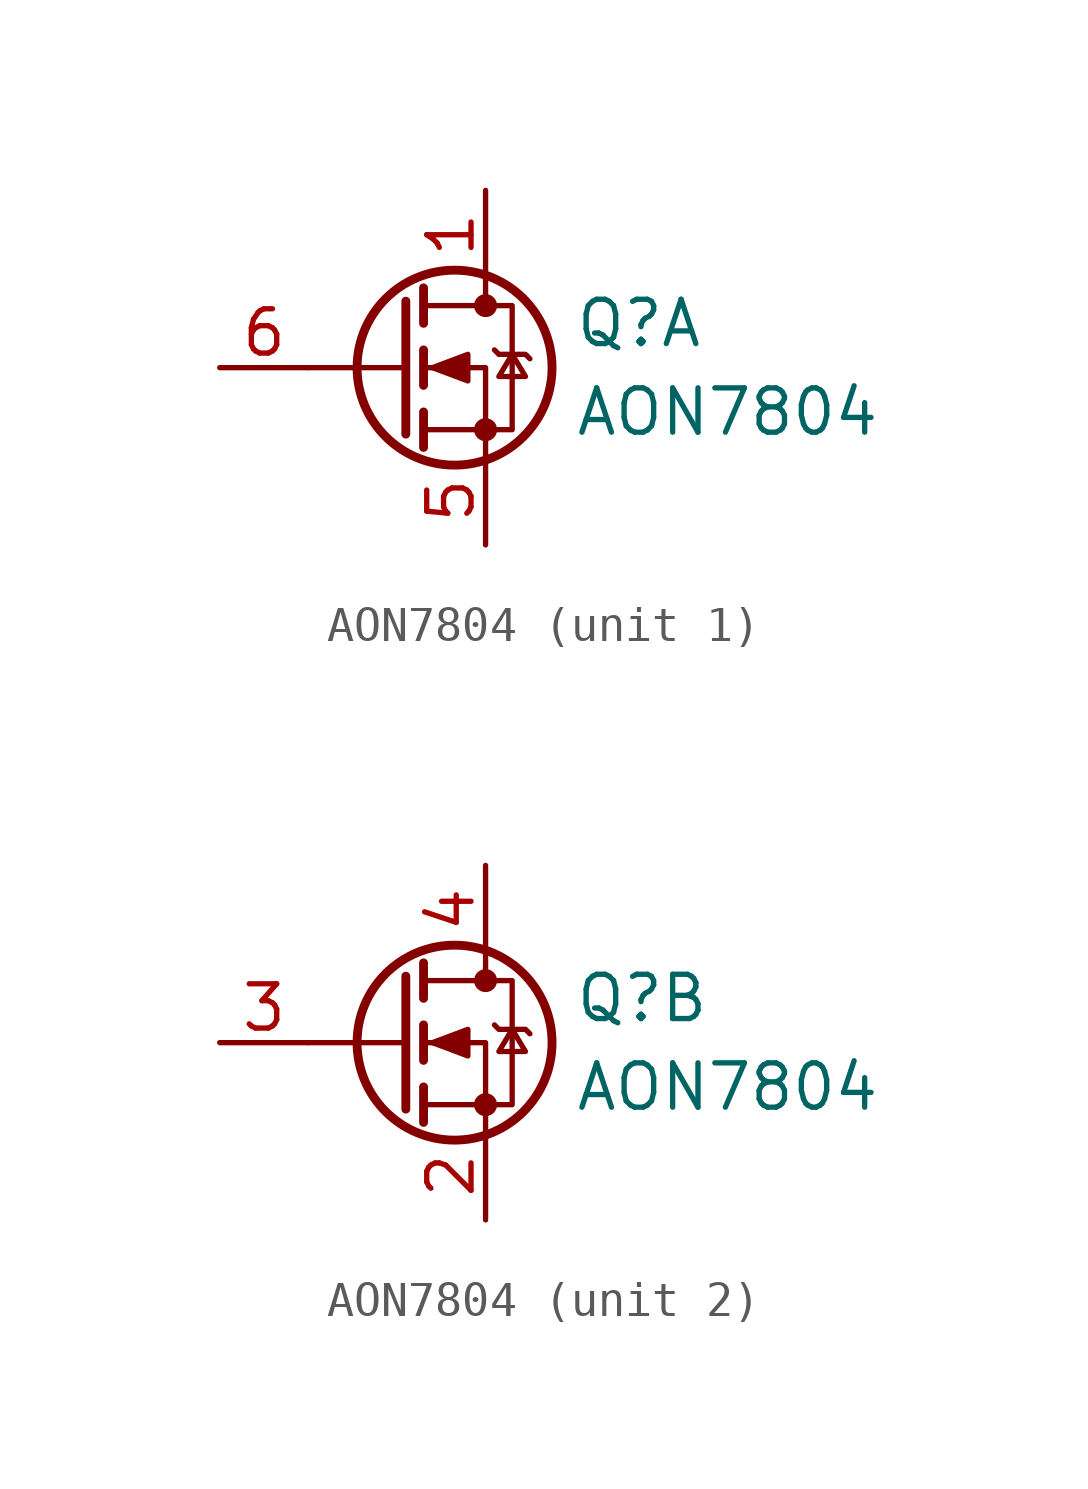
<source format=kicad_sym>
(kicad_symbol_lib
  (version 20231120)
  (generator "kicad_symbol_editor")
  (generator_version "8.0")
  (symbol "AON7804"
    (pin_names
      (offset 0) hide)
    (property "Reference" "Q"
      (at 5.08 1.27 0)
      (effects (font (size 1.27 1.27)) (justify left)))
    (property "Value" "AON7804"
      (at 5.08 -1.27 0)
      (effects (font (size 1.27 1.27)) (justify left)))
    (symbol "AON7804_0_1"
      (polyline (pts (xy 0.254 0) (xy -2.54 0)) (stroke (width 0) (type default)) (fill (type none)))
      (polyline (pts (xy 0.254 1.905) (xy 0.254 -1.905)) (stroke (width 0.254) (type default)) (fill (type none)))
      (polyline (pts (xy 0.762 -1.27) (xy 0.762 -2.286)) (stroke (width 0.254) (type default)) (fill (type none)))
      (polyline (pts (xy 0.762 0.508) (xy 0.762 -0.508)) (stroke (width 0.254) (type default)) (fill (type none)))
      (polyline (pts (xy 0.762 2.286) (xy 0.762 1.27)) (stroke (width 0.254) (type default)) (fill (type none)))
      (polyline (pts (xy 2.54 2.54) (xy 2.54 1.778)) (stroke (width 0) (type default)) (fill (type none)))
      (polyline (pts (xy 2.54 -2.54) (xy 2.54 0) (xy 0.762 0)) (stroke (width 0) (type default)) (fill (type none)))
      (polyline (pts (xy 0.762 -1.778) (xy 3.302 -1.778) (xy 3.302 1.778) (xy 0.762 1.778)) (stroke (width 0) (type default)) (fill (type none)))
      (polyline (pts (xy 1.016 0) (xy 2.032 0.381) (xy 2.032 -0.381) (xy 1.016 0)) (stroke (width 0) (type default)) (fill (type outline)))
      (polyline (pts (xy 2.794 0.508) (xy 2.921 0.381) (xy 3.683 0.381) (xy 3.81 0.254)) (stroke (width 0) (type default)) (fill (type none)))
      (polyline (pts (xy 3.302 0.381) (xy 2.921 -0.254) (xy 3.683 -0.254) (xy 3.302 0.381)) (stroke (width 0) (type default)) (fill (type none)))
      (circle (center 1.651 0) (radius 2.794) (stroke (width 0.254) (type default)) (fill (type none)))
      (circle (center 2.54 -1.778) (radius 0.254) (stroke (width 0) (type default)) (fill (type outline)))
      (circle (center 2.54 1.778) (radius 0.254) (stroke (width 0) (type default)) (fill (type outline))))
    (symbol "AON7804_1_1"
      (pin passive line (at 2.54 5.08 270) (length 2.54) (name "D" (effects (font (size 1.27 1.27)))) (number "1" (effects (font (size 1.27 1.27)))))
      (pin passive line (at 2.54 -5.08 90) (length 2.54) (name "S" (effects (font (size 1.27 1.27)))) (number "5" (effects (font (size 1.27 1.27)))))
      (pin input line (at -5.08 0 0) (length 2.54) (name "G" (effects (font (size 1.27 1.27)))) (number "6" (effects (font (size 1.27 1.27))))))
    (symbol "AON7804_2_1"
      (pin passive line (at 2.54 -5.08 90) (length 2.54) (name "S" (effects (font (size 1.27 1.27)))) (number "2" (effects (font (size 1.27 1.27)))))
      (pin input line (at -5.08 0 0) (length 2.54) (name "G" (effects (font (size 1.27 1.27)))) (number "3" (effects (font (size 1.27 1.27)))))
      (pin passive line (at 2.54 5.08 270) (length 2.54) (name "D" (effects (font (size 1.27 1.27)))) (number "4" (effects (font (size 1.27 1.27))))))))
</source>
